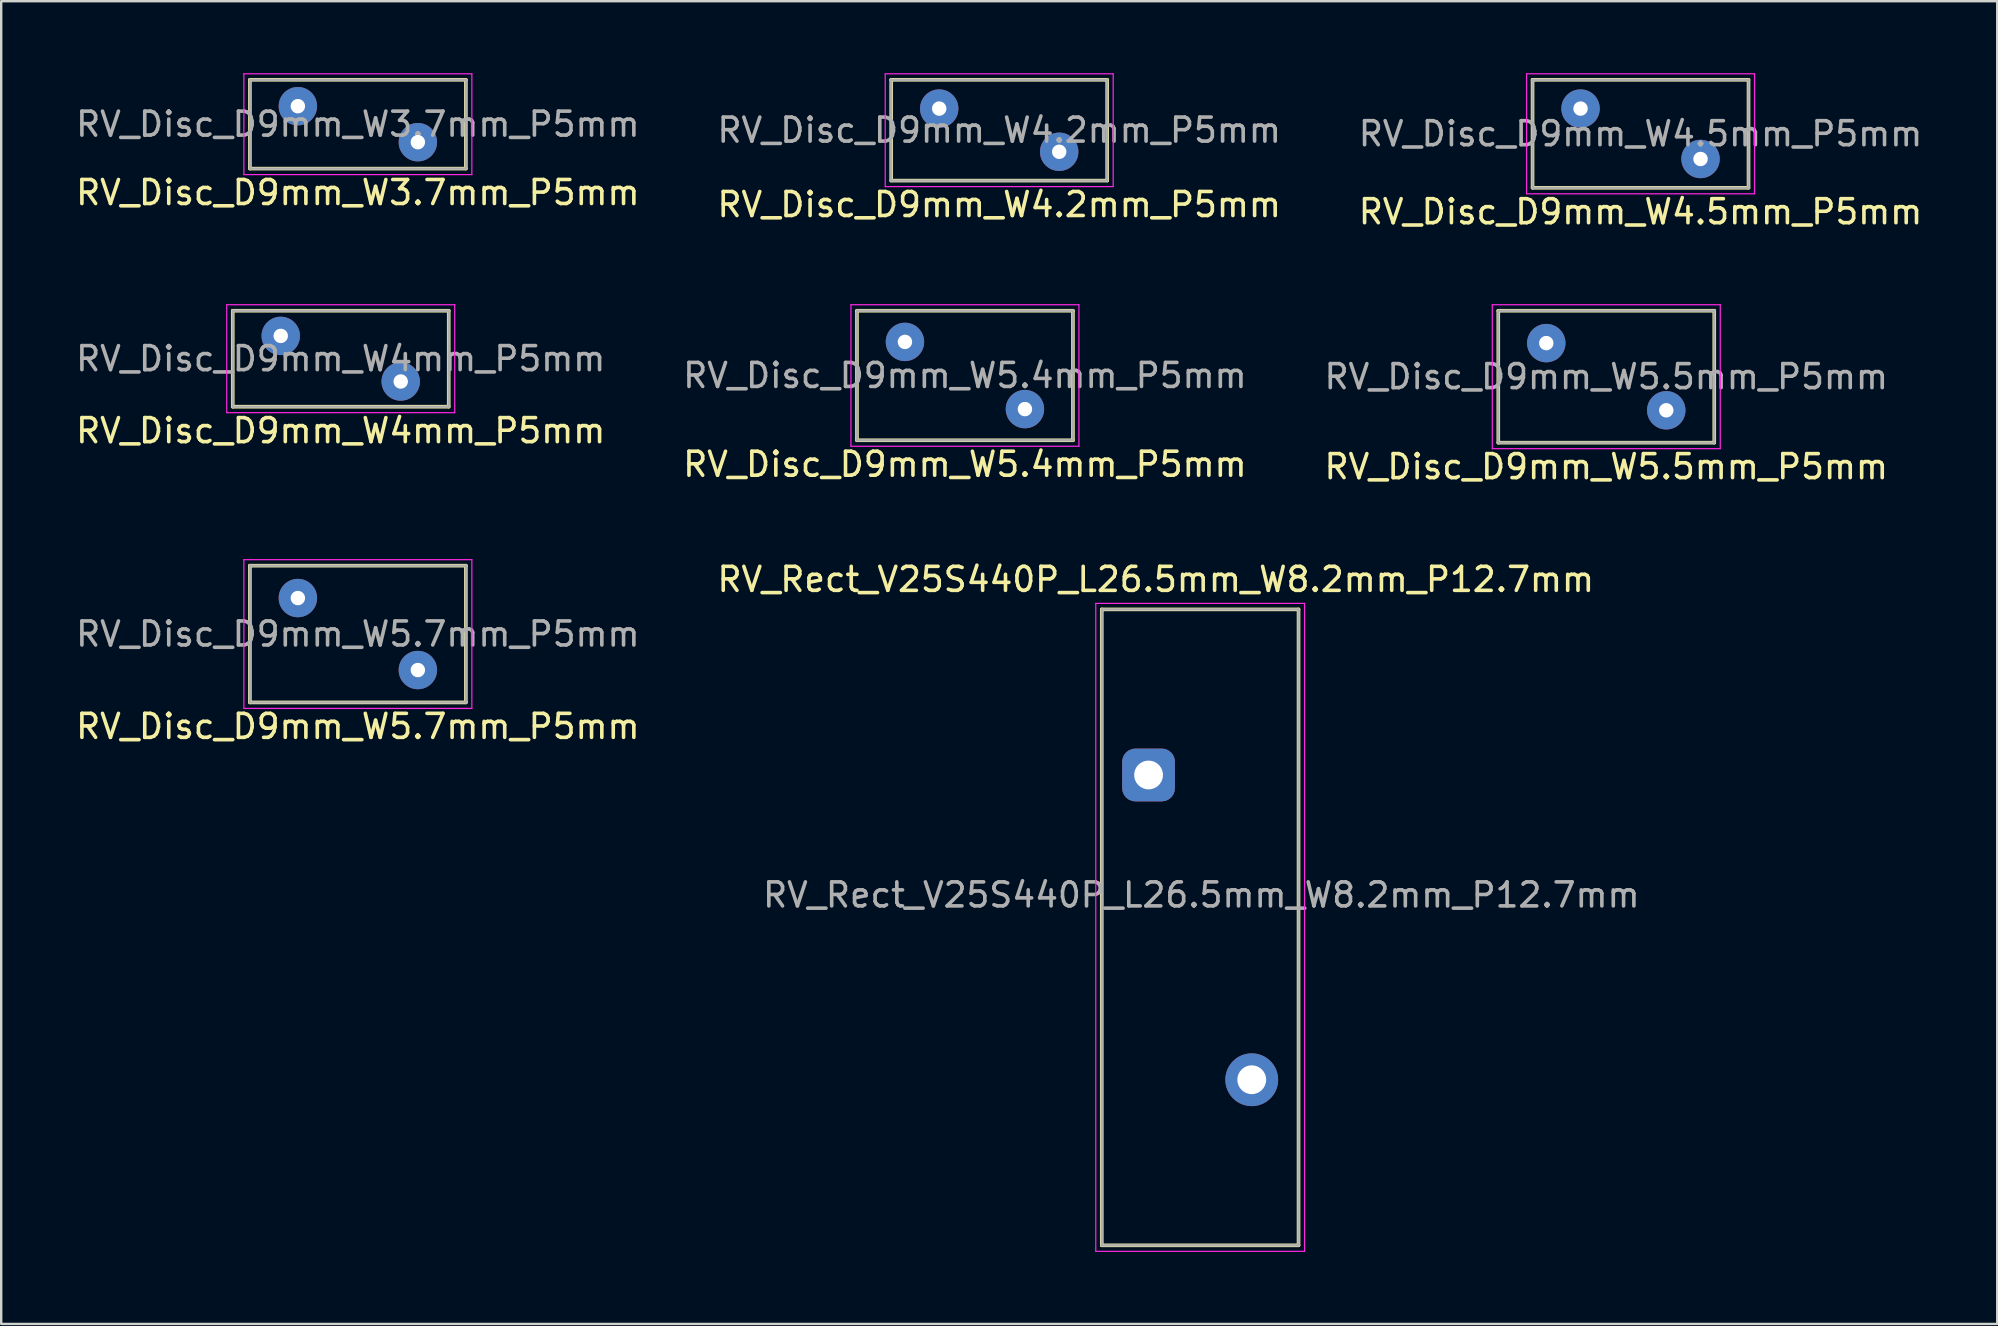
<source format=kicad_pcb>
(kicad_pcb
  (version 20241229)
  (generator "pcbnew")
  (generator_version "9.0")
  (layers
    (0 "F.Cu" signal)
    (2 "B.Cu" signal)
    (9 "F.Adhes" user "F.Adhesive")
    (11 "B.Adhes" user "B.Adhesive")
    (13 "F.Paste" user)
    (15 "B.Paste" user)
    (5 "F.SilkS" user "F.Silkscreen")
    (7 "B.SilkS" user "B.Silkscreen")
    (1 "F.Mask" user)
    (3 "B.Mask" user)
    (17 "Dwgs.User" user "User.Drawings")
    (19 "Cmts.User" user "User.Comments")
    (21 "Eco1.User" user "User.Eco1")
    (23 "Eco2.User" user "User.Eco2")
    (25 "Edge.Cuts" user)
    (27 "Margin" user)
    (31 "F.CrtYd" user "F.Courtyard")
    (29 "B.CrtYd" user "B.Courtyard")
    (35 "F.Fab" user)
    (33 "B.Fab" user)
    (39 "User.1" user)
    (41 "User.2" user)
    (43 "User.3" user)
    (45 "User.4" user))
  (footprint "RV_Disc_D9mm_W5.7mm_P5mm"
    (layer "F.Cu")
    (at 9.363 21.872)
    (property "Reference" "RV_Disc_D9mm_W5.7mm_P5mm" (at 2.5 5.35 0) (layer "F.SilkS") (effects (font (size 1 1) (thickness 0.15))))
    (attr through_hole)
    (fp_line (start -2 -1.35) (end -2 4.35) (stroke (width 0.15) (type solid)) (layer "F.SilkS"))
    (fp_line (start -2 -1.35) (end 7 -1.35) (stroke (width 0.15) (type solid)) (layer "F.SilkS"))
    (fp_line (start -2 4.35) (end 7 4.35) (stroke (width 0.15) (type solid)) (layer "F.SilkS"))
    (fp_line (start 7 -1.35) (end 7 4.35) (stroke (width 0.15) (type solid)) (layer "F.SilkS"))
    (fp_line (start -2.25 -1.6) (end -2.25 4.6) (stroke (width 0.05) (type solid)) (layer "F.CrtYd"))
    (fp_line (start -2.25 -1.6) (end 7.25 -1.6) (stroke (width 0.05) (type solid)) (layer "F.CrtYd"))
    (fp_line (start -2.25 4.6) (end 7.25 4.6) (stroke (width 0.05) (type solid)) (layer "F.CrtYd"))
    (fp_line (start 7.25 -1.6) (end 7.25 4.6) (stroke (width 0.05) (type solid)) (layer "F.CrtYd"))
    (fp_line (start -2 -1.35) (end -2 4.35) (stroke (width 0.1) (type solid)) (layer "F.Fab"))
    (fp_line (start -2 -1.35) (end 7 -1.35) (stroke (width 0.1) (type solid)) (layer "F.Fab"))
    (fp_line (start -2 4.35) (end 7 4.35) (stroke (width 0.1) (type solid)) (layer "F.Fab"))
    (fp_line (start 7 -1.35) (end 7 4.35) (stroke (width 0.1) (type solid)) (layer "F.Fab"))
    (fp_text user "${REFERENCE}" (at 2.5 1.5 0) (layer "F.Fab") (effects (font (size 1 1) (thickness 0.15))))
    (pad "1" thru_hole circle (at 0 0) (size 1.6 1.6) (drill 0.6) (layers "*.Cu" "*.Mask"))
    (pad "2" thru_hole circle (at 5 3) (size 1.6 1.6) (drill 0.6) (layers "*.Cu" "*.Mask")))
  (footprint "RV_Disc_D9mm_W4.2mm_P5mm"
    (layer "F.Cu")
    (at 36.089 1.475)
    (property "Reference" "RV_Disc_D9mm_W4.2mm_P5mm" (at 2.5 4 0) (layer "F.SilkS") (effects (font (size 1 1) (thickness 0.15))))
    (attr through_hole)
    (fp_line (start -2 -1.2) (end -2 3) (stroke (width 0.15) (type solid)) (layer "F.SilkS"))
    (fp_line (start -2 -1.2) (end 7 -1.2) (stroke (width 0.15) (type solid)) (layer "F.SilkS"))
    (fp_line (start -2 3) (end 7 3) (stroke (width 0.15) (type solid)) (layer "F.SilkS"))
    (fp_line (start 7 -1.2) (end 7 3) (stroke (width 0.15) (type solid)) (layer "F.SilkS"))
    (fp_line (start -2.25 -1.45) (end -2.25 3.25) (stroke (width 0.05) (type solid)) (layer "F.CrtYd"))
    (fp_line (start -2.25 -1.45) (end 7.25 -1.45) (stroke (width 0.05) (type solid)) (layer "F.CrtYd"))
    (fp_line (start -2.25 3.25) (end 7.25 3.25) (stroke (width 0.05) (type solid)) (layer "F.CrtYd"))
    (fp_line (start 7.25 -1.45) (end 7.25 3.25) (stroke (width 0.05) (type solid)) (layer "F.CrtYd"))
    (fp_line (start -2 -1.2) (end -2 3) (stroke (width 0.1) (type solid)) (layer "F.Fab"))
    (fp_line (start -2 -1.2) (end 7 -1.2) (stroke (width 0.1) (type solid)) (layer "F.Fab"))
    (fp_line (start -2 3) (end 7 3) (stroke (width 0.1) (type solid)) (layer "F.Fab"))
    (fp_line (start 7 -1.2) (end 7 3) (stroke (width 0.1) (type solid)) (layer "F.Fab"))
    (fp_text user "${REFERENCE}" (at 2.5 0.9 0) (layer "F.Fab") (effects (font (size 1 1) (thickness 0.15))))
    (pad "1" thru_hole circle (at 0 0) (size 1.6 1.6) (drill 0.6) (layers "*.Cu" "*.Mask"))
    (pad "2" thru_hole circle (at 5 1.8) (size 1.6 1.6) (drill 0.6) (layers "*.Cu" "*.Mask")))
  (footprint "RV_Disc_D9mm_W3.7mm_P5mm"
    (layer "F.Cu")
    (at 9.363 1.375)
    (property "Reference" "RV_Disc_D9mm_W3.7mm_P5mm" (at 2.5 3.6 0) (layer "F.SilkS") (effects (font (size 1 1) (thickness 0.15))))
    (attr through_hole)
    (fp_line (start -2 -1.1) (end -2 2.6) (stroke (width 0.15) (type solid)) (layer "F.SilkS"))
    (fp_line (start -2 -1.1) (end 7 -1.1) (stroke (width 0.15) (type solid)) (layer "F.SilkS"))
    (fp_line (start -2 2.6) (end 7 2.6) (stroke (width 0.15) (type solid)) (layer "F.SilkS"))
    (fp_line (start 7 -1.1) (end 7 2.6) (stroke (width 0.15) (type solid)) (layer "F.SilkS"))
    (fp_line (start -2.25 -1.35) (end -2.25 2.85) (stroke (width 0.05) (type solid)) (layer "F.CrtYd"))
    (fp_line (start -2.25 -1.35) (end 7.25 -1.35) (stroke (width 0.05) (type solid)) (layer "F.CrtYd"))
    (fp_line (start -2.25 2.85) (end 7.25 2.85) (stroke (width 0.05) (type solid)) (layer "F.CrtYd"))
    (fp_line (start 7.25 -1.35) (end 7.25 2.85) (stroke (width 0.05) (type solid)) (layer "F.CrtYd"))
    (fp_line (start -2 -1.1) (end -2 2.6) (stroke (width 0.1) (type solid)) (layer "F.Fab"))
    (fp_line (start -2 -1.1) (end 7 -1.1) (stroke (width 0.1) (type solid)) (layer "F.Fab"))
    (fp_line (start -2 2.6) (end 7 2.6) (stroke (width 0.1) (type solid)) (layer "F.Fab"))
    (fp_line (start 7 -1.1) (end 7 2.6) (stroke (width 0.1) (type solid)) (layer "F.Fab"))
    (fp_text user "${REFERENCE}" (at 2.5 0.75 0) (layer "F.Fab") (effects (font (size 1 1) (thickness 0.15))))
    (pad "1" thru_hole circle (at 0 0) (size 1.6 1.6) (drill 0.6) (layers "*.Cu" "*.Mask"))
    (pad "2" thru_hole circle (at 5 1.5) (size 1.6 1.6) (drill 0.6) (layers "*.Cu" "*.Mask")))
  (footprint "RV_Disc_D9mm_W5.5mm_P5mm"
    (layer "F.Cu")
    (at 61.387 11.248)
    (property "Reference" "RV_Disc_D9mm_W5.5mm_P5mm" (at 2.5 5.15 0) (layer "F.SilkS") (effects (font (size 1 1) (thickness 0.15))))
    (attr through_hole)
    (fp_line (start -2 -1.35) (end -2 4.15) (stroke (width 0.15) (type solid)) (layer "F.SilkS"))
    (fp_line (start -2 -1.35) (end 7 -1.35) (stroke (width 0.15) (type solid)) (layer "F.SilkS"))
    (fp_line (start -2 4.15) (end 7 4.15) (stroke (width 0.15) (type solid)) (layer "F.SilkS"))
    (fp_line (start 7 -1.35) (end 7 4.15) (stroke (width 0.15) (type solid)) (layer "F.SilkS"))
    (fp_line (start -2.25 -1.6) (end -2.25 4.4) (stroke (width 0.05) (type solid)) (layer "F.CrtYd"))
    (fp_line (start -2.25 -1.6) (end 7.25 -1.6) (stroke (width 0.05) (type solid)) (layer "F.CrtYd"))
    (fp_line (start -2.25 4.4) (end 7.25 4.4) (stroke (width 0.05) (type solid)) (layer "F.CrtYd"))
    (fp_line (start 7.25 -1.6) (end 7.25 4.4) (stroke (width 0.05) (type solid)) (layer "F.CrtYd"))
    (fp_line (start -2 -1.35) (end -2 4.15) (stroke (width 0.1) (type solid)) (layer "F.Fab"))
    (fp_line (start -2 -1.35) (end 7 -1.35) (stroke (width 0.1) (type solid)) (layer "F.Fab"))
    (fp_line (start -2 4.15) (end 7 4.15) (stroke (width 0.1) (type solid)) (layer "F.Fab"))
    (fp_line (start 7 -1.35) (end 7 4.15) (stroke (width 0.1) (type solid)) (layer "F.Fab"))
    (fp_text user "${REFERENCE}" (at 2.5 1.4 0) (layer "F.Fab") (effects (font (size 1 1) (thickness 0.15))))
    (pad "1" thru_hole circle (at 0 0) (size 1.6 1.6) (drill 0.6) (layers "*.Cu" "*.Mask"))
    (pad "2" thru_hole circle (at 5 2.8) (size 1.6 1.6) (drill 0.6) (layers "*.Cu" "*.Mask")))
  (footprint "RV_Disc_D9mm_W5.4mm_P5mm"
    (layer "F.Cu")
    (at 34.661 11.198)
    (property "Reference" "RV_Disc_D9mm_W5.4mm_P5mm" (at 2.5 5.1 0) (layer "F.SilkS") (effects (font (size 1 1) (thickness 0.15))))
    (attr through_hole)
    (fp_line (start -2 -1.3) (end -2 4.1) (stroke (width 0.15) (type solid)) (layer "F.SilkS"))
    (fp_line (start -2 -1.3) (end 7 -1.3) (stroke (width 0.15) (type solid)) (layer "F.SilkS"))
    (fp_line (start -2 4.1) (end 7 4.1) (stroke (width 0.15) (type solid)) (layer "F.SilkS"))
    (fp_line (start 7 -1.3) (end 7 4.1) (stroke (width 0.15) (type solid)) (layer "F.SilkS"))
    (fp_line (start -2.25 -1.55) (end -2.25 4.35) (stroke (width 0.05) (type solid)) (layer "F.CrtYd"))
    (fp_line (start -2.25 -1.55) (end 7.25 -1.55) (stroke (width 0.05) (type solid)) (layer "F.CrtYd"))
    (fp_line (start -2.25 4.35) (end 7.25 4.35) (stroke (width 0.05) (type solid)) (layer "F.CrtYd"))
    (fp_line (start 7.25 -1.55) (end 7.25 4.35) (stroke (width 0.05) (type solid)) (layer "F.CrtYd"))
    (fp_line (start -2 -1.3) (end -2 4.1) (stroke (width 0.1) (type solid)) (layer "F.Fab"))
    (fp_line (start -2 -1.3) (end 7 -1.3) (stroke (width 0.1) (type solid)) (layer "F.Fab"))
    (fp_line (start -2 4.1) (end 7 4.1) (stroke (width 0.1) (type solid)) (layer "F.Fab"))
    (fp_line (start 7 -1.3) (end 7 4.1) (stroke (width 0.1) (type solid)) (layer "F.Fab"))
    (fp_text user "${REFERENCE}" (at 2.5 1.4 0) (layer "F.Fab") (effects (font (size 1 1) (thickness 0.15))))
    (pad "1" thru_hole circle (at 0 0) (size 1.6 1.6) (drill 0.6) (layers "*.Cu" "*.Mask"))
    (pad "2" thru_hole circle (at 5 2.8) (size 1.6 1.6) (drill 0.6) (layers "*.Cu" "*.Mask")))
  (footprint "RV_Disc_D9mm_W4mm_P5mm"
    (layer "F.Cu")
    (at 8.649 10.948)
    (property "Reference" "RV_Disc_D9mm_W4mm_P5mm" (at 2.5 3.95 0) (layer "F.SilkS") (effects (font (size 1 1) (thickness 0.15))))
    (attr through_hole)
    (fp_line (start -2 -1.05) (end -2 2.95) (stroke (width 0.15) (type solid)) (layer "F.SilkS"))
    (fp_line (start -2 -1.05) (end 7 -1.05) (stroke (width 0.15) (type solid)) (layer "F.SilkS"))
    (fp_line (start -2 2.95) (end 7 2.95) (stroke (width 0.15) (type solid)) (layer "F.SilkS"))
    (fp_line (start 7 -1.05) (end 7 2.95) (stroke (width 0.15) (type solid)) (layer "F.SilkS"))
    (fp_line (start -2.25 -1.3) (end -2.25 3.2) (stroke (width 0.05) (type solid)) (layer "F.CrtYd"))
    (fp_line (start -2.25 -1.3) (end 7.25 -1.3) (stroke (width 0.05) (type solid)) (layer "F.CrtYd"))
    (fp_line (start -2.25 3.2) (end 7.25 3.2) (stroke (width 0.05) (type solid)) (layer "F.CrtYd"))
    (fp_line (start 7.25 -1.3) (end 7.25 3.2) (stroke (width 0.05) (type solid)) (layer "F.CrtYd"))
    (fp_line (start -2 -1.05) (end -2 2.95) (stroke (width 0.1) (type solid)) (layer "F.Fab"))
    (fp_line (start -2 -1.05) (end 7 -1.05) (stroke (width 0.1) (type solid)) (layer "F.Fab"))
    (fp_line (start -2 2.95) (end 7 2.95) (stroke (width 0.1) (type solid)) (layer "F.Fab"))
    (fp_line (start 7 -1.05) (end 7 2.95) (stroke (width 0.1) (type solid)) (layer "F.Fab"))
    (fp_text user "${REFERENCE}" (at 2.5 0.95 0) (layer "F.Fab") (effects (font (size 1 1) (thickness 0.15))))
    (pad "1" thru_hole circle (at 0 0) (size 1.6 1.6) (drill 0.6) (layers "*.Cu" "*.Mask"))
    (pad "2" thru_hole circle (at 5 1.9) (size 1.6 1.6) (drill 0.6) (layers "*.Cu" "*.Mask")))
  (footprint "RV_Disc_D9mm_W4.5mm_P5mm"
    (layer "F.Cu")
    (at 62.815 1.475)
    (property "Reference" "RV_Disc_D9mm_W4.5mm_P5mm" (at 2.5 4.3 0) (layer "F.SilkS") (effects (font (size 1 1) (thickness 0.15))))
    (attr through_hole)
    (fp_line (start -2 -1.2) (end -2 3.3) (stroke (width 0.15) (type solid)) (layer "F.SilkS"))
    (fp_line (start -2 -1.2) (end 7 -1.2) (stroke (width 0.15) (type solid)) (layer "F.SilkS"))
    (fp_line (start -2 3.3) (end 7 3.3) (stroke (width 0.15) (type solid)) (layer "F.SilkS"))
    (fp_line (start 7 -1.2) (end 7 3.3) (stroke (width 0.15) (type solid)) (layer "F.SilkS"))
    (fp_line (start -2.25 -1.45) (end -2.25 3.55) (stroke (width 0.05) (type solid)) (layer "F.CrtYd"))
    (fp_line (start -2.25 -1.45) (end 7.25 -1.45) (stroke (width 0.05) (type solid)) (layer "F.CrtYd"))
    (fp_line (start -2.25 3.55) (end 7.25 3.55) (stroke (width 0.05) (type solid)) (layer "F.CrtYd"))
    (fp_line (start 7.25 -1.45) (end 7.25 3.55) (stroke (width 0.05) (type solid)) (layer "F.CrtYd"))
    (fp_line (start -2 -1.2) (end -2 3.3) (stroke (width 0.1) (type solid)) (layer "F.Fab"))
    (fp_line (start -2 -1.2) (end 7 -1.2) (stroke (width 0.1) (type solid)) (layer "F.Fab"))
    (fp_line (start -2 3.3) (end 7 3.3) (stroke (width 0.1) (type solid)) (layer "F.Fab"))
    (fp_line (start 7 -1.2) (end 7 3.3) (stroke (width 0.1) (type solid)) (layer "F.Fab"))
    (fp_text user "${REFERENCE}" (at 2.5 1.05 0) (layer "F.Fab") (effects (font (size 1 1) (thickness 0.15))))
    (pad "1" thru_hole circle (at 0 0) (size 1.6 1.6) (drill 0.6) (layers "*.Cu" "*.Mask"))
    (pad "2" thru_hole circle (at 5 2.1) (size 1.6 1.6) (drill 0.6) (layers "*.Cu" "*.Mask")))
  (footprint "RV_Rect_V25S440P_L26.5mm_W8.2mm_P12.7mm"
    (layer "F.Cu")
    (at 44.813 29.245)
    (property "Reference" "RV_Rect_V25S440P_L26.5mm_W8.2mm_P12.7mm" (at 0.3 -8.15 0) (unlocked yes) (layer "F.SilkS") (effects (font (size 1 1) (thickness 0.15))))
    (attr through_hole)
    (fp_line (start -1.95 -6.9) (end -1.95 19.6) (stroke (width 0.15) (type solid)) (layer "F.SilkS"))
    (fp_line (start 6.25 -6.9) (end -1.95 -6.9) (stroke (width 0.15) (type solid)) (layer "F.SilkS"))
    (fp_line (start 6.25 -6.9) (end 6.25 19.6) (stroke (width 0.15) (type solid)) (layer "F.SilkS"))
    (fp_line (start 6.25 19.6) (end -1.95 19.6) (stroke (width 0.15) (type solid)) (layer "F.SilkS"))
    (fp_line (start -2.2 -7.15) (end -2.2 19.85) (stroke (width 0.05) (type solid)) (layer "F.CrtYd"))
    (fp_line (start 6.5 -7.15) (end -2.2 -7.15) (stroke (width 0.05) (type solid)) (layer "F.CrtYd"))
    (fp_line (start 6.5 -7.15) (end 6.5 19.85) (stroke (width 0.05) (type solid)) (layer "F.CrtYd"))
    (fp_line (start 6.5 19.85) (end -2.2 19.85) (stroke (width 0.05) (type solid)) (layer "F.CrtYd"))
    (fp_line (start -1.95 -6.9) (end -1.95 19.6) (stroke (width 0.1) (type solid)) (layer "F.Fab"))
    (fp_line (start 6.25 -6.9) (end -1.95 -6.9) (stroke (width 0.1) (type solid)) (layer "F.Fab"))
    (fp_line (start 6.25 -6.9) (end 6.25 19.6) (stroke (width 0.1) (type solid)) (layer "F.Fab"))
    (fp_line (start 6.25 19.6) (end -1.95 19.6) (stroke (width 0.1) (type solid)) (layer "F.Fab"))
    (fp_text user "${REFERENCE}" (at 2.2 5 0) (layer "F.Fab") (effects (font (size 1 1) (thickness 0.15))))
    (pad "1" thru_hole roundrect (at 0 0) (size 2.2 2.2) (drill 1.2) (layers "*.Cu" "*.Mask") (roundrect_rratio 0.25))
    (pad "2" thru_hole circle (at 4.3 12.7) (size 2.2 2.2) (drill 1.2) (layers "*.Cu" "*.Mask")))
  (gr_rect
    (start -3 -3)
    (end 80.179 52.12)
    (stroke (width 0.1) (type default))
    (fill no)
    (layer "Edge.Cuts")))
</source>
